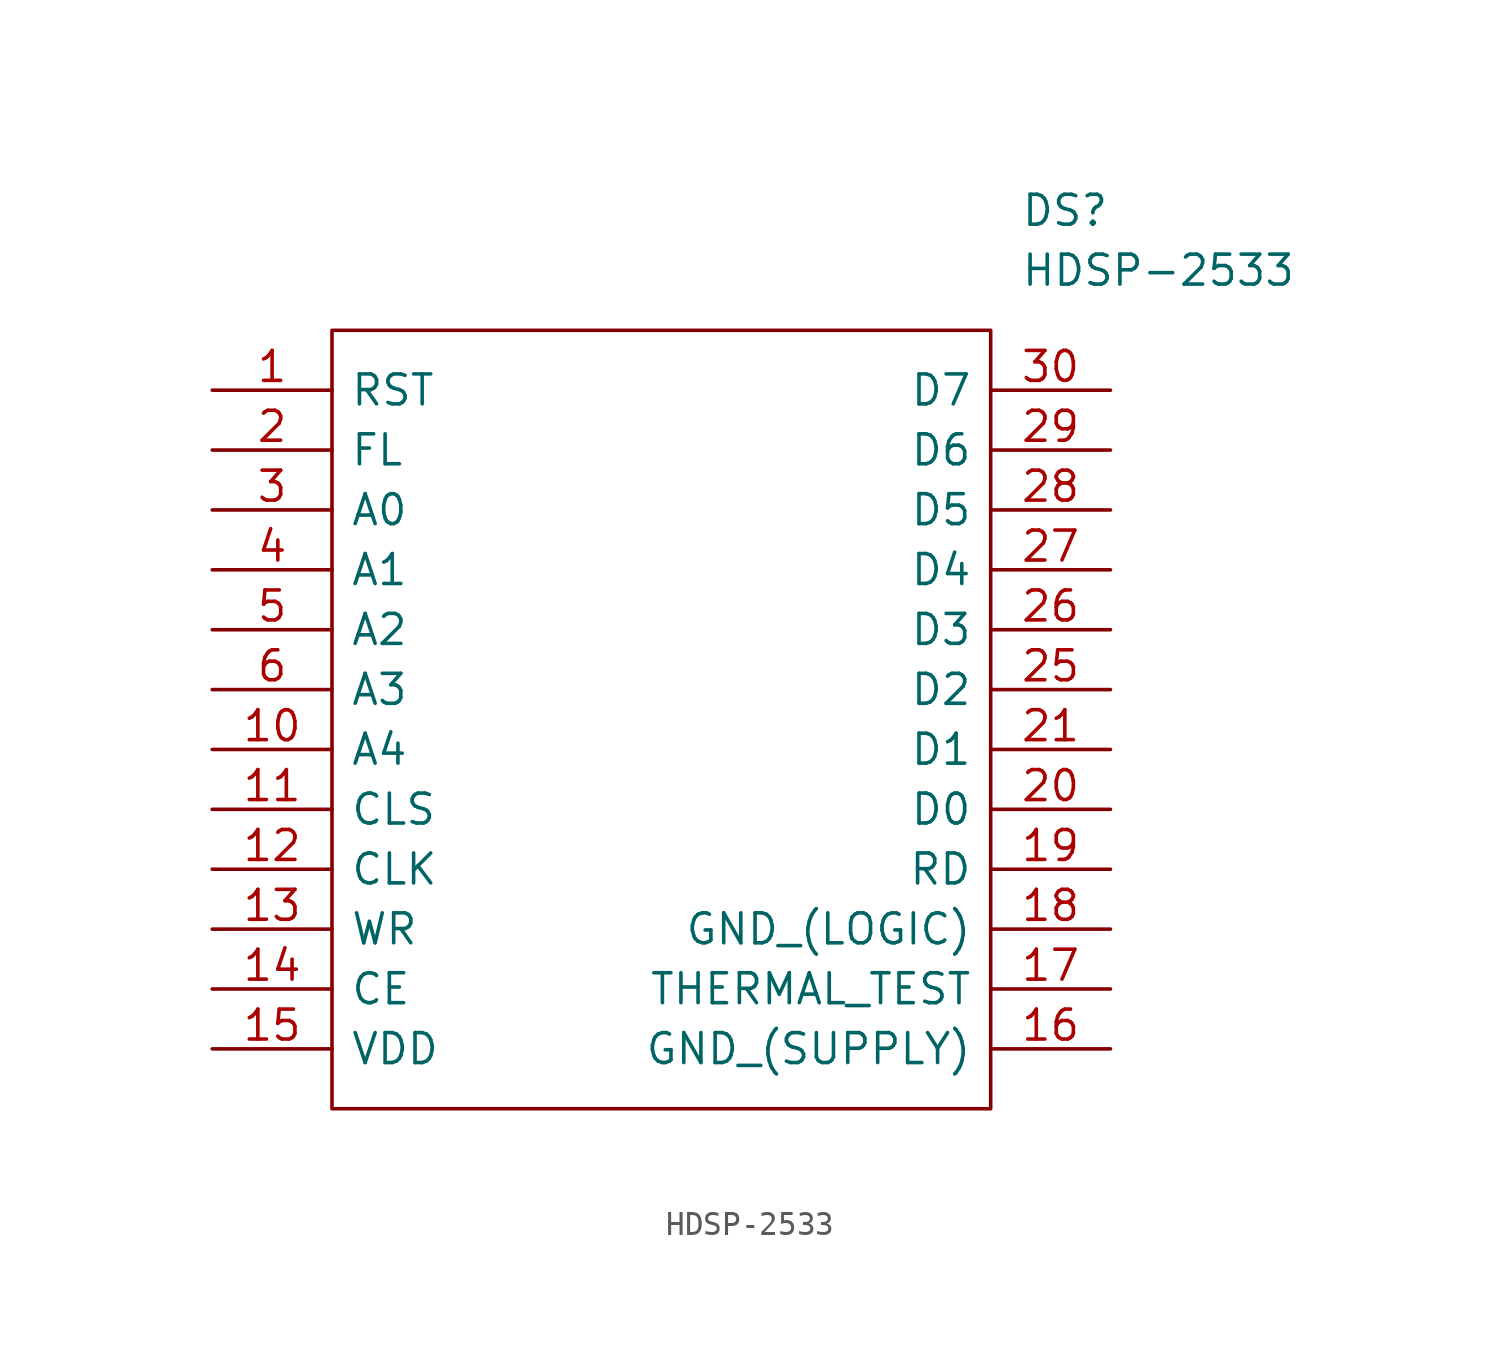
<source format=kicad_sym>
(kicad_symbol_lib
  (version 20220914)
  (generator kicad_symbol_editor)
  (symbol "HDSP-2533"
    (pin_names
      (offset 0.762))
    (property "Reference" "DS"
      (at 34.29 7.62 0)
      (effects (font (size 1.27 1.27)) (justify left)))
    (property "Value" "HDSP-2533"
      (at 34.29 5.08 0)
      (effects (font (size 1.27 1.27)) (justify left)))
    (symbol "HDSP-2533_0_0"
      (pin passive line (at 0 0 0) (length 5.08) (name "RST" (effects (font (size 1.27 1.27)))) (number "1" (effects (font (size 1.27 1.27)))))
      (pin passive line (at 0 -15.24 0) (length 5.08) (name "A4" (effects (font (size 1.27 1.27)))) (number "10" (effects (font (size 1.27 1.27)))))
      (pin passive line (at 0 -17.78 0) (length 5.08) (name "CLS" (effects (font (size 1.27 1.27)))) (number "11" (effects (font (size 1.27 1.27)))))
      (pin passive line (at 0 -20.32 0) (length 5.08) (name "CLK" (effects (font (size 1.27 1.27)))) (number "12" (effects (font (size 1.27 1.27)))))
      (pin passive line (at 0 -22.86 0) (length 5.08) (name "WR" (effects (font (size 1.27 1.27)))) (number "13" (effects (font (size 1.27 1.27)))))
      (pin passive line (at 0 -25.4 0) (length 5.08) (name "CE" (effects (font (size 1.27 1.27)))) (number "14" (effects (font (size 1.27 1.27)))))
      (pin passive line (at 0 -27.94 0) (length 5.08) (name "VDD" (effects (font (size 1.27 1.27)))) (number "15" (effects (font (size 1.27 1.27)))))
      (pin passive line (at 38.1 -27.94 180) (length 5.08) (name "GND_(SUPPLY)" (effects (font (size 1.27 1.27)))) (number "16" (effects (font (size 1.27 1.27)))))
      (pin passive line (at 38.1 -25.4 180) (length 5.08) (name "THERMAL_TEST" (effects (font (size 1.27 1.27)))) (number "17" (effects (font (size 1.27 1.27)))))
      (pin passive line (at 38.1 -22.86 180) (length 5.08) (name "GND_(LOGIC)" (effects (font (size 1.27 1.27)))) (number "18" (effects (font (size 1.27 1.27)))))
      (pin passive line (at 38.1 -20.32 180) (length 5.08) (name "RD" (effects (font (size 1.27 1.27)))) (number "19" (effects (font (size 1.27 1.27)))))
      (pin passive line (at 0 -2.54 0) (length 5.08) (name "FL" (effects (font (size 1.27 1.27)))) (number "2" (effects (font (size 1.27 1.27)))))
      (pin passive line (at 38.1 -17.78 180) (length 5.08) (name "D0" (effects (font (size 1.27 1.27)))) (number "20" (effects (font (size 1.27 1.27)))))
      (pin passive line (at 38.1 -15.24 180) (length 5.08) (name "D1" (effects (font (size 1.27 1.27)))) (number "21" (effects (font (size 1.27 1.27)))))
      (pin passive line (at 38.1 -12.7 180) (length 5.08) (name "D2" (effects (font (size 1.27 1.27)))) (number "25" (effects (font (size 1.27 1.27)))))
      (pin passive line (at 38.1 -10.16 180) (length 5.08) (name "D3" (effects (font (size 1.27 1.27)))) (number "26" (effects (font (size 1.27 1.27)))))
      (pin passive line (at 38.1 -7.62 180) (length 5.08) (name "D4" (effects (font (size 1.27 1.27)))) (number "27" (effects (font (size 1.27 1.27)))))
      (pin passive line (at 38.1 -5.08 180) (length 5.08) (name "D5" (effects (font (size 1.27 1.27)))) (number "28" (effects (font (size 1.27 1.27)))))
      (pin passive line (at 38.1 -2.54 180) (length 5.08) (name "D6" (effects (font (size 1.27 1.27)))) (number "29" (effects (font (size 1.27 1.27)))))
      (pin passive line (at 0 -5.08 0) (length 5.08) (name "A0" (effects (font (size 1.27 1.27)))) (number "3" (effects (font (size 1.27 1.27)))))
      (pin passive line (at 38.1 0 180) (length 5.08) (name "D7" (effects (font (size 1.27 1.27)))) (number "30" (effects (font (size 1.27 1.27)))))
      (pin passive line (at 0 -7.62 0) (length 5.08) (name "A1" (effects (font (size 1.27 1.27)))) (number "4" (effects (font (size 1.27 1.27)))))
      (pin passive line (at 0 -10.16 0) (length 5.08) (name "A2" (effects (font (size 1.27 1.27)))) (number "5" (effects (font (size 1.27 1.27)))))
      (pin passive line (at 0 -12.7 0) (length 5.08) (name "A3" (effects (font (size 1.27 1.27)))) (number "6" (effects (font (size 1.27 1.27))))))
    (symbol "HDSP-2533_0_1"
      (polyline (pts (xy 5.08 2.54) (xy 33.02 2.54) (xy 33.02 -30.48) (xy 5.08 -30.48) (xy 5.08 2.54)) (stroke (width 0.152) (type solid)) (fill (type none))))))
</source>
